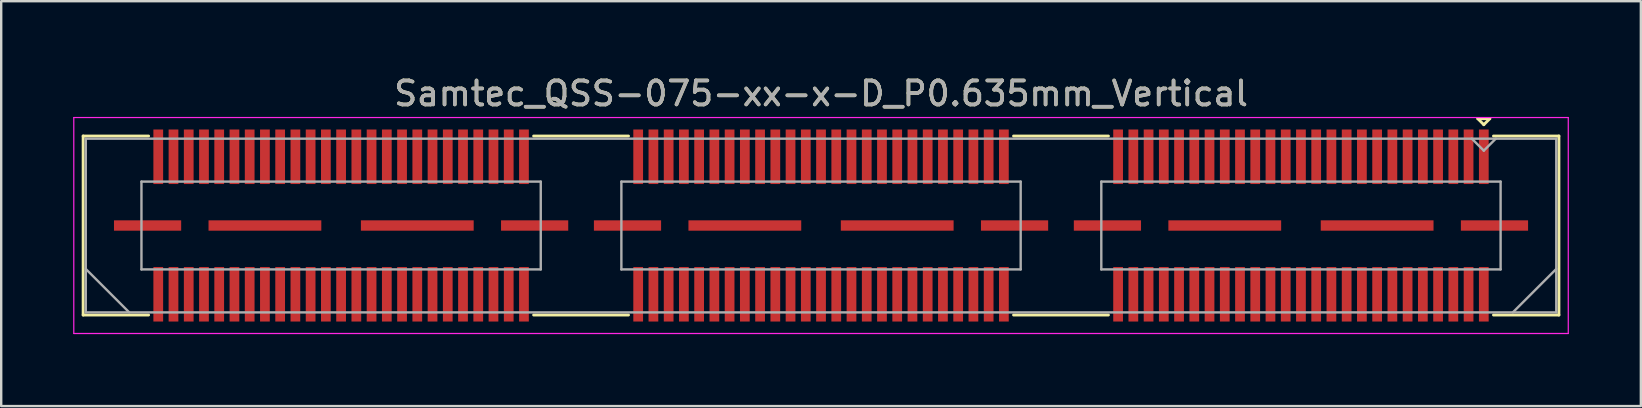
<source format=kicad_pcb>
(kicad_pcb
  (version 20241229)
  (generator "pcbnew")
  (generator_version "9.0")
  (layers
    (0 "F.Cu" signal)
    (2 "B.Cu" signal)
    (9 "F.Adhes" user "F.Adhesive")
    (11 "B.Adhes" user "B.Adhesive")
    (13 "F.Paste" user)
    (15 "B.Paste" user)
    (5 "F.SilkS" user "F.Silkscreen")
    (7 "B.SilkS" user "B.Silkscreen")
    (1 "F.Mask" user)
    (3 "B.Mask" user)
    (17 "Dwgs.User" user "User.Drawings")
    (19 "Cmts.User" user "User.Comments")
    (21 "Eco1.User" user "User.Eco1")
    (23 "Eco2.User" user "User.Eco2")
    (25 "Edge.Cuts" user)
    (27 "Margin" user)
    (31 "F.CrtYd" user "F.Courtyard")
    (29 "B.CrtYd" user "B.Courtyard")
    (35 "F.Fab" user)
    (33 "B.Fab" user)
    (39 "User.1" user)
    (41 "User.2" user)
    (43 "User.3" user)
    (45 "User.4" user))
  (footprint "Samtec_QSS-075-xx-x-D_P0.635mm_Vertical"
    (layer "F.Cu")
    (at 31.165 6.348)
    (property "Reference" "Samtec_QSS-075-xx-x-D_P0.635mm_Vertical" (at 0 -5.5 0) (layer "F.SilkS") (effects (font (size 1 1) (thickness 0.15))))
    (attr smd)
    (fp_line (start -30.75 -3.73) (end -28.023 -3.73) (stroke (width 0.12) (type solid)) (layer "F.SilkS"))
    (fp_line (start -30.75 3.73) (end -30.75 -3.73) (stroke (width 0.12) (type solid)) (layer "F.SilkS"))
    (fp_line (start -28.023 3.73) (end -30.75 3.73) (stroke (width 0.12) (type solid)) (layer "F.SilkS"))
    (fp_line (start -8.023 -3.73) (end -11.977 -3.73) (stroke (width 0.12) (type solid)) (layer "F.SilkS"))
    (fp_line (start -8.023 3.73) (end -11.977 3.73) (stroke (width 0.12) (type solid)) (layer "F.SilkS"))
    (fp_line (start 11.977 -3.73) (end 8.023 -3.73) (stroke (width 0.12) (type solid)) (layer "F.SilkS"))
    (fp_line (start 11.977 3.73) (end 8.023 3.73) (stroke (width 0.12) (type solid)) (layer "F.SilkS"))
    (fp_line (start 27.37 -4.452) (end 27.87 -4.452) (stroke (width 0.12) (type solid)) (layer "F.SilkS"))
    (fp_line (start 27.62 -4.202) (end 27.37 -4.452) (stroke (width 0.12) (type solid)) (layer "F.SilkS"))
    (fp_line (start 27.87 -4.452) (end 27.62 -4.202) (stroke (width 0.12) (type solid)) (layer "F.SilkS"))
    (fp_line (start 28.023 3.73) (end 30.75 3.73) (stroke (width 0.12) (type solid)) (layer "F.SilkS"))
    (fp_line (start 30.75 -3.73) (end 28.023 -3.73) (stroke (width 0.12) (type solid)) (layer "F.SilkS"))
    (fp_line (start 30.75 3.73) (end 30.75 -3.73) (stroke (width 0.12) (type solid)) (layer "F.SilkS"))
    (fp_line (start -31.14 -4.5) (end -31.14 4.5) (stroke (width 0.05) (type solid)) (layer "F.CrtYd"))
    (fp_line (start -31.14 4.5) (end 31.14 4.5) (stroke (width 0.05) (type solid)) (layer "F.CrtYd"))
    (fp_line (start 31.14 -4.5) (end -31.14 -4.5) (stroke (width 0.05) (type solid)) (layer "F.CrtYd"))
    (fp_line (start 31.14 4.5) (end 31.14 -4.5) (stroke (width 0.05) (type solid)) (layer "F.CrtYd"))
    (fp_line (start -30.64 -3.62) (end -30.64 3.62) (stroke (width 0.1) (type solid)) (layer "F.Fab"))
    (fp_line (start -30.64 1.81) (end -28.83 3.62) (stroke (width 0.1) (type solid)) (layer "F.Fab"))
    (fp_line (start -30.64 3.62) (end 30.64 3.62) (stroke (width 0.1) (type solid)) (layer "F.Fab"))
    (fp_line (start -28.32 -1.83) (end -28.32 1.83) (stroke (width 0.1) (type solid)) (layer "F.Fab"))
    (fp_line (start -28.32 1.83) (end -11.68 1.83) (stroke (width 0.1) (type solid)) (layer "F.Fab"))
    (fp_line (start -11.68 -1.83) (end -28.32 -1.83) (stroke (width 0.1) (type solid)) (layer "F.Fab"))
    (fp_line (start -11.68 1.83) (end -11.68 -1.83) (stroke (width 0.1) (type solid)) (layer "F.Fab"))
    (fp_line (start -8.32 -1.83) (end -8.32 1.83) (stroke (width 0.1) (type solid)) (layer "F.Fab"))
    (fp_line (start -8.32 1.83) (end 8.32 1.83) (stroke (width 0.1) (type solid)) (layer "F.Fab"))
    (fp_line (start 8.32 -1.83) (end -8.32 -1.83) (stroke (width 0.1) (type solid)) (layer "F.Fab"))
    (fp_line (start 8.32 1.83) (end 8.32 -1.83) (stroke (width 0.1) (type solid)) (layer "F.Fab"))
    (fp_line (start 11.68 -1.83) (end 11.68 1.83) (stroke (width 0.1) (type solid)) (layer "F.Fab"))
    (fp_line (start 11.68 1.83) (end 28.32 1.83) (stroke (width 0.1) (type solid)) (layer "F.Fab"))
    (fp_line (start 27.62 -3.12) (end 27.12 -3.62) (stroke (width 0.1) (type solid)) (layer "F.Fab"))
    (fp_line (start 28.12 -3.62) (end 27.62 -3.12) (stroke (width 0.1) (type solid)) (layer "F.Fab"))
    (fp_line (start 28.32 -1.83) (end 11.68 -1.83) (stroke (width 0.1) (type solid)) (layer "F.Fab"))
    (fp_line (start 28.32 1.83) (end 28.32 -1.83) (stroke (width 0.1) (type solid)) (layer "F.Fab"))
    (fp_line (start 30.64 -3.62) (end -30.64 -3.62) (stroke (width 0.1) (type solid)) (layer "F.Fab"))
    (fp_line (start 30.64 1.81) (end 28.83 3.62) (stroke (width 0.1) (type solid)) (layer "F.Fab"))
    (fp_line (start 30.64 3.62) (end 30.64 -3.62) (stroke (width 0.1) (type solid)) (layer "F.Fab"))
    (fp_text user "${REFERENCE}" (at 0 -5.5 0) (layer "F.Fab") (effects (font (size 1 1) (thickness 0.15))))
    (pad "1" smd rect (at 27.62 -2.865) (size 0.406 2.273) (layers "F.Cu" "F.Mask" "F.Paste"))
    (pad "2" smd rect (at 27.62 2.865) (size 0.406 2.273) (layers "F.Cu" "F.Mask" "F.Paste"))
    (pad "3" smd rect (at 26.985 -2.865) (size 0.406 2.273) (layers "F.Cu" "F.Mask" "F.Paste"))
    (pad "4" smd rect (at 26.985 2.865) (size 0.406 2.273) (layers "F.Cu" "F.Mask" "F.Paste"))
    (pad "5" smd rect (at 26.35 -2.865) (size 0.406 2.273) (layers "F.Cu" "F.Mask" "F.Paste"))
    (pad "6" smd rect (at 26.35 2.865) (size 0.406 2.273) (layers "F.Cu" "F.Mask" "F.Paste"))
    (pad "7" smd rect (at 25.715 -2.865) (size 0.406 2.273) (layers "F.Cu" "F.Mask" "F.Paste"))
    (pad "8" smd rect (at 25.715 2.865) (size 0.406 2.273) (layers "F.Cu" "F.Mask" "F.Paste"))
    (pad "9" smd rect (at 25.08 -2.865) (size 0.406 2.273) (layers "F.Cu" "F.Mask" "F.Paste"))
    (pad "10" smd rect (at 25.08 2.865) (size 0.406 2.273) (layers "F.Cu" "F.Mask" "F.Paste"))
    (pad "11" smd rect (at 24.445 -2.865) (size 0.406 2.273) (layers "F.Cu" "F.Mask" "F.Paste"))
    (pad "12" smd rect (at 24.445 2.865) (size 0.406 2.273) (layers "F.Cu" "F.Mask" "F.Paste"))
    (pad "13" smd rect (at 23.81 -2.865) (size 0.406 2.273) (layers "F.Cu" "F.Mask" "F.Paste"))
    (pad "14" smd rect (at 23.81 2.865) (size 0.406 2.273) (layers "F.Cu" "F.Mask" "F.Paste"))
    (pad "15" smd rect (at 23.175 -2.865) (size 0.406 2.273) (layers "F.Cu" "F.Mask" "F.Paste"))
    (pad "16" smd rect (at 23.175 2.865) (size 0.406 2.273) (layers "F.Cu" "F.Mask" "F.Paste"))
    (pad "17" smd rect (at 22.54 -2.865) (size 0.406 2.273) (layers "F.Cu" "F.Mask" "F.Paste"))
    (pad "18" smd rect (at 22.54 2.865) (size 0.406 2.273) (layers "F.Cu" "F.Mask" "F.Paste"))
    (pad "19" smd rect (at 21.905 -2.865) (size 0.406 2.273) (layers "F.Cu" "F.Mask" "F.Paste"))
    (pad "20" smd rect (at 21.905 2.865) (size 0.406 2.273) (layers "F.Cu" "F.Mask" "F.Paste"))
    (pad "21" smd rect (at 21.27 -2.865) (size 0.406 2.273) (layers "F.Cu" "F.Mask" "F.Paste"))
    (pad "22" smd rect (at 21.27 2.865) (size 0.406 2.273) (layers "F.Cu" "F.Mask" "F.Paste"))
    (pad "23" smd rect (at 20.635 -2.865) (size 0.406 2.273) (layers "F.Cu" "F.Mask" "F.Paste"))
    (pad "24" smd rect (at 20.635 2.865) (size 0.406 2.273) (layers "F.Cu" "F.Mask" "F.Paste"))
    (pad "25" smd rect (at 20 -2.865) (size 0.406 2.273) (layers "F.Cu" "F.Mask" "F.Paste"))
    (pad "26" smd rect (at 20 2.865) (size 0.406 2.273) (layers "F.Cu" "F.Mask" "F.Paste"))
    (pad "27" smd rect (at 19.365 -2.865) (size 0.406 2.273) (layers "F.Cu" "F.Mask" "F.Paste"))
    (pad "28" smd rect (at 19.365 2.865) (size 0.406 2.273) (layers "F.Cu" "F.Mask" "F.Paste"))
    (pad "29" smd rect (at 18.73 -2.865) (size 0.406 2.273) (layers "F.Cu" "F.Mask" "F.Paste"))
    (pad "30" smd rect (at 18.73 2.865) (size 0.406 2.273) (layers "F.Cu" "F.Mask" "F.Paste"))
    (pad "31" smd rect (at 18.095 -2.865) (size 0.406 2.273) (layers "F.Cu" "F.Mask" "F.Paste"))
    (pad "32" smd rect (at 18.095 2.865) (size 0.406 2.273) (layers "F.Cu" "F.Mask" "F.Paste"))
    (pad "33" smd rect (at 17.46 -2.865) (size 0.406 2.273) (layers "F.Cu" "F.Mask" "F.Paste"))
    (pad "34" smd rect (at 17.46 2.865) (size 0.406 2.273) (layers "F.Cu" "F.Mask" "F.Paste"))
    (pad "35" smd rect (at 16.825 -2.865) (size 0.406 2.273) (layers "F.Cu" "F.Mask" "F.Paste"))
    (pad "36" smd rect (at 16.825 2.865) (size 0.406 2.273) (layers "F.Cu" "F.Mask" "F.Paste"))
    (pad "37" smd rect (at 16.19 -2.865) (size 0.406 2.273) (layers "F.Cu" "F.Mask" "F.Paste"))
    (pad "38" smd rect (at 16.19 2.865) (size 0.406 2.273) (layers "F.Cu" "F.Mask" "F.Paste"))
    (pad "39" smd rect (at 15.555 -2.865) (size 0.406 2.273) (layers "F.Cu" "F.Mask" "F.Paste"))
    (pad "40" smd rect (at 15.555 2.865) (size 0.406 2.273) (layers "F.Cu" "F.Mask" "F.Paste"))
    (pad "41" smd rect (at 14.92 -2.865) (size 0.406 2.273) (layers "F.Cu" "F.Mask" "F.Paste"))
    (pad "42" smd rect (at 14.92 2.865) (size 0.406 2.273) (layers "F.Cu" "F.Mask" "F.Paste"))
    (pad "43" smd rect (at 14.285 -2.865) (size 0.406 2.273) (layers "F.Cu" "F.Mask" "F.Paste"))
    (pad "44" smd rect (at 14.285 2.865) (size 0.406 2.273) (layers "F.Cu" "F.Mask" "F.Paste"))
    (pad "45" smd rect (at 13.65 -2.865) (size 0.406 2.273) (layers "F.Cu" "F.Mask" "F.Paste"))
    (pad "46" smd rect (at 13.65 2.865) (size 0.406 2.273) (layers "F.Cu" "F.Mask" "F.Paste"))
    (pad "47" smd rect (at 13.015 -2.865) (size 0.406 2.273) (layers "F.Cu" "F.Mask" "F.Paste"))
    (pad "48" smd rect (at 13.015 2.865) (size 0.406 2.273) (layers "F.Cu" "F.Mask" "F.Paste"))
    (pad "49" smd rect (at 12.38 -2.865) (size 0.406 2.273) (layers "F.Cu" "F.Mask" "F.Paste"))
    (pad "50" smd rect (at 12.38 2.865) (size 0.406 2.273) (layers "F.Cu" "F.Mask" "F.Paste"))
    (pad "51" smd rect (at 7.62 -2.865) (size 0.406 2.273) (layers "F.Cu" "F.Mask" "F.Paste"))
    (pad "52" smd rect (at 7.62 2.865) (size 0.406 2.273) (layers "F.Cu" "F.Mask" "F.Paste"))
    (pad "53" smd rect (at 6.985 -2.865) (size 0.406 2.273) (layers "F.Cu" "F.Mask" "F.Paste"))
    (pad "54" smd rect (at 6.985 2.865) (size 0.406 2.273) (layers "F.Cu" "F.Mask" "F.Paste"))
    (pad "55" smd rect (at 6.35 -2.865) (size 0.406 2.273) (layers "F.Cu" "F.Mask" "F.Paste"))
    (pad "56" smd rect (at 6.35 2.865) (size 0.406 2.273) (layers "F.Cu" "F.Mask" "F.Paste"))
    (pad "57" smd rect (at 5.715 -2.865) (size 0.406 2.273) (layers "F.Cu" "F.Mask" "F.Paste"))
    (pad "58" smd rect (at 5.715 2.865) (size 0.406 2.273) (layers "F.Cu" "F.Mask" "F.Paste"))
    (pad "59" smd rect (at 5.08 -2.865) (size 0.406 2.273) (layers "F.Cu" "F.Mask" "F.Paste"))
    (pad "60" smd rect (at 5.08 2.865) (size 0.406 2.273) (layers "F.Cu" "F.Mask" "F.Paste"))
    (pad "61" smd rect (at 4.445 -2.865) (size 0.406 2.273) (layers "F.Cu" "F.Mask" "F.Paste"))
    (pad "62" smd rect (at 4.445 2.865) (size 0.406 2.273) (layers "F.Cu" "F.Mask" "F.Paste"))
    (pad "63" smd rect (at 3.81 -2.865) (size 0.406 2.273) (layers "F.Cu" "F.Mask" "F.Paste"))
    (pad "64" smd rect (at 3.81 2.865) (size 0.406 2.273) (layers "F.Cu" "F.Mask" "F.Paste"))
    (pad "65" smd rect (at 3.175 -2.865) (size 0.406 2.273) (layers "F.Cu" "F.Mask" "F.Paste"))
    (pad "66" smd rect (at 3.175 2.865) (size 0.406 2.273) (layers "F.Cu" "F.Mask" "F.Paste"))
    (pad "67" smd rect (at 2.54 -2.865) (size 0.406 2.273) (layers "F.Cu" "F.Mask" "F.Paste"))
    (pad "68" smd rect (at 2.54 2.865) (size 0.406 2.273) (layers "F.Cu" "F.Mask" "F.Paste"))
    (pad "69" smd rect (at 1.905 -2.865) (size 0.406 2.273) (layers "F.Cu" "F.Mask" "F.Paste"))
    (pad "70" smd rect (at 1.905 2.865) (size 0.406 2.273) (layers "F.Cu" "F.Mask" "F.Paste"))
    (pad "71" smd rect (at 1.27 -2.865) (size 0.406 2.273) (layers "F.Cu" "F.Mask" "F.Paste"))
    (pad "72" smd rect (at 1.27 2.865) (size 0.406 2.273) (layers "F.Cu" "F.Mask" "F.Paste"))
    (pad "73" smd rect (at 0.635 -2.865) (size 0.406 2.273) (layers "F.Cu" "F.Mask" "F.Paste"))
    (pad "74" smd rect (at 0.635 2.865) (size 0.406 2.273) (layers "F.Cu" "F.Mask" "F.Paste"))
    (pad "75" smd rect (at 0 -2.865) (size 0.406 2.273) (layers "F.Cu" "F.Mask" "F.Paste"))
    (pad "76" smd rect (at 0 2.865) (size 0.406 2.273) (layers "F.Cu" "F.Mask" "F.Paste"))
    (pad "77" smd rect (at -0.635 -2.865) (size 0.406 2.273) (layers "F.Cu" "F.Mask" "F.Paste"))
    (pad "78" smd rect (at -0.635 2.865) (size 0.406 2.273) (layers "F.Cu" "F.Mask" "F.Paste"))
    (pad "79" smd rect (at -1.27 -2.865) (size 0.406 2.273) (layers "F.Cu" "F.Mask" "F.Paste"))
    (pad "80" smd rect (at -1.27 2.865) (size 0.406 2.273) (layers "F.Cu" "F.Mask" "F.Paste"))
    (pad "81" smd rect (at -1.905 -2.865) (size 0.406 2.273) (layers "F.Cu" "F.Mask" "F.Paste"))
    (pad "82" smd rect (at -1.905 2.865) (size 0.406 2.273) (layers "F.Cu" "F.Mask" "F.Paste"))
    (pad "83" smd rect (at -2.54 -2.865) (size 0.406 2.273) (layers "F.Cu" "F.Mask" "F.Paste"))
    (pad "84" smd rect (at -2.54 2.865) (size 0.406 2.273) (layers "F.Cu" "F.Mask" "F.Paste"))
    (pad "85" smd rect (at -3.175 -2.865) (size 0.406 2.273) (layers "F.Cu" "F.Mask" "F.Paste"))
    (pad "86" smd rect (at -3.175 2.865) (size 0.406 2.273) (layers "F.Cu" "F.Mask" "F.Paste"))
    (pad "87" smd rect (at -3.81 -2.865) (size 0.406 2.273) (layers "F.Cu" "F.Mask" "F.Paste"))
    (pad "88" smd rect (at -3.81 2.865) (size 0.406 2.273) (layers "F.Cu" "F.Mask" "F.Paste"))
    (pad "89" smd rect (at -4.445 -2.865) (size 0.406 2.273) (layers "F.Cu" "F.Mask" "F.Paste"))
    (pad "90" smd rect (at -4.445 2.865) (size 0.406 2.273) (layers "F.Cu" "F.Mask" "F.Paste"))
    (pad "91" smd rect (at -5.08 -2.865) (size 0.406 2.273) (layers "F.Cu" "F.Mask" "F.Paste"))
    (pad "92" smd rect (at -5.08 2.865) (size 0.406 2.273) (layers "F.Cu" "F.Mask" "F.Paste"))
    (pad "93" smd rect (at -5.715 -2.865) (size 0.406 2.273) (layers "F.Cu" "F.Mask" "F.Paste"))
    (pad "94" smd rect (at -5.715 2.865) (size 0.406 2.273) (layers "F.Cu" "F.Mask" "F.Paste"))
    (pad "95" smd rect (at -6.35 -2.865) (size 0.406 2.273) (layers "F.Cu" "F.Mask" "F.Paste"))
    (pad "96" smd rect (at -6.35 2.865) (size 0.406 2.273) (layers "F.Cu" "F.Mask" "F.Paste"))
    (pad "97" smd rect (at -6.985 -2.865) (size 0.406 2.273) (layers "F.Cu" "F.Mask" "F.Paste"))
    (pad "98" smd rect (at -6.985 2.865) (size 0.406 2.273) (layers "F.Cu" "F.Mask" "F.Paste"))
    (pad "99" smd rect (at -7.62 -2.865) (size 0.406 2.273) (layers "F.Cu" "F.Mask" "F.Paste"))
    (pad "100" smd rect (at -7.62 2.865) (size 0.406 2.273) (layers "F.Cu" "F.Mask" "F.Paste"))
    (pad "101" smd rect (at -12.38 -2.865) (size 0.406 2.273) (layers "F.Cu" "F.Mask" "F.Paste"))
    (pad "102" smd rect (at -12.38 2.865) (size 0.406 2.273) (layers "F.Cu" "F.Mask" "F.Paste"))
    (pad "103" smd rect (at -13.015 -2.865) (size 0.406 2.273) (layers "F.Cu" "F.Mask" "F.Paste"))
    (pad "104" smd rect (at -13.015 2.865) (size 0.406 2.273) (layers "F.Cu" "F.Mask" "F.Paste"))
    (pad "105" smd rect (at -13.65 -2.865) (size 0.406 2.273) (layers "F.Cu" "F.Mask" "F.Paste"))
    (pad "106" smd rect (at -13.65 2.865) (size 0.406 2.273) (layers "F.Cu" "F.Mask" "F.Paste"))
    (pad "107" smd rect (at -14.285 -2.865) (size 0.406 2.273) (layers "F.Cu" "F.Mask" "F.Paste"))
    (pad "108" smd rect (at -14.285 2.865) (size 0.406 2.273) (layers "F.Cu" "F.Mask" "F.Paste"))
    (pad "109" smd rect (at -14.92 -2.865) (size 0.406 2.273) (layers "F.Cu" "F.Mask" "F.Paste"))
    (pad "110" smd rect (at -14.92 2.865) (size 0.406 2.273) (layers "F.Cu" "F.Mask" "F.Paste"))
    (pad "111" smd rect (at -15.555 -2.865) (size 0.406 2.273) (layers "F.Cu" "F.Mask" "F.Paste"))
    (pad "112" smd rect (at -15.555 2.865) (size 0.406 2.273) (layers "F.Cu" "F.Mask" "F.Paste"))
    (pad "113" smd rect (at -16.19 -2.865) (size 0.406 2.273) (layers "F.Cu" "F.Mask" "F.Paste"))
    (pad "114" smd rect (at -16.19 2.865) (size 0.406 2.273) (layers "F.Cu" "F.Mask" "F.Paste"))
    (pad "115" smd rect (at -16.825 -2.865) (size 0.406 2.273) (layers "F.Cu" "F.Mask" "F.Paste"))
    (pad "116" smd rect (at -16.825 2.865) (size 0.406 2.273) (layers "F.Cu" "F.Mask" "F.Paste"))
    (pad "117" smd rect (at -17.46 -2.865) (size 0.406 2.273) (layers "F.Cu" "F.Mask" "F.Paste"))
    (pad "118" smd rect (at -17.46 2.865) (size 0.406 2.273) (layers "F.Cu" "F.Mask" "F.Paste"))
    (pad "119" smd rect (at -18.095 -2.865) (size 0.406 2.273) (layers "F.Cu" "F.Mask" "F.Paste"))
    (pad "120" smd rect (at -18.095 2.865) (size 0.406 2.273) (layers "F.Cu" "F.Mask" "F.Paste"))
    (pad "121" smd rect (at -18.73 -2.865) (size 0.406 2.273) (layers "F.Cu" "F.Mask" "F.Paste"))
    (pad "122" smd rect (at -18.73 2.865) (size 0.406 2.273) (layers "F.Cu" "F.Mask" "F.Paste"))
    (pad "123" smd rect (at -19.365 -2.865) (size 0.406 2.273) (layers "F.Cu" "F.Mask" "F.Paste"))
    (pad "124" smd rect (at -19.365 2.865) (size 0.406 2.273) (layers "F.Cu" "F.Mask" "F.Paste"))
    (pad "125" smd rect (at -20 -2.865) (size 0.406 2.273) (layers "F.Cu" "F.Mask" "F.Paste"))
    (pad "126" smd rect (at -20 2.865) (size 0.406 2.273) (layers "F.Cu" "F.Mask" "F.Paste"))
    (pad "127" smd rect (at -20.635 -2.865) (size 0.406 2.273) (layers "F.Cu" "F.Mask" "F.Paste"))
    (pad "128" smd rect (at -20.635 2.865) (size 0.406 2.273) (layers "F.Cu" "F.Mask" "F.Paste"))
    (pad "129" smd rect (at -21.27 -2.865) (size 0.406 2.273) (layers "F.Cu" "F.Mask" "F.Paste"))
    (pad "130" smd rect (at -21.27 2.865) (size 0.406 2.273) (layers "F.Cu" "F.Mask" "F.Paste"))
    (pad "131" smd rect (at -21.905 -2.865) (size 0.406 2.273) (layers "F.Cu" "F.Mask" "F.Paste"))
    (pad "132" smd rect (at -21.905 2.865) (size 0.406 2.273) (layers "F.Cu" "F.Mask" "F.Paste"))
    (pad "133" smd rect (at -22.54 -2.865) (size 0.406 2.273) (layers "F.Cu" "F.Mask" "F.Paste"))
    (pad "134" smd rect (at -22.54 2.865) (size 0.406 2.273) (layers "F.Cu" "F.Mask" "F.Paste"))
    (pad "135" smd rect (at -23.175 -2.865) (size 0.406 2.273) (layers "F.Cu" "F.Mask" "F.Paste"))
    (pad "136" smd rect (at -23.175 2.865) (size 0.406 2.273) (layers "F.Cu" "F.Mask" "F.Paste"))
    (pad "137" smd rect (at -23.81 -2.865) (size 0.406 2.273) (layers "F.Cu" "F.Mask" "F.Paste"))
    (pad "138" smd rect (at -23.81 2.865) (size 0.406 2.273) (layers "F.Cu" "F.Mask" "F.Paste"))
    (pad "139" smd rect (at -24.445 -2.865) (size 0.406 2.273) (layers "F.Cu" "F.Mask" "F.Paste"))
    (pad "140" smd rect (at -24.445 2.865) (size 0.406 2.273) (layers "F.Cu" "F.Mask" "F.Paste"))
    (pad "141" smd rect (at -25.08 -2.865) (size 0.406 2.273) (layers "F.Cu" "F.Mask" "F.Paste"))
    (pad "142" smd rect (at -25.08 2.865) (size 0.406 2.273) (layers "F.Cu" "F.Mask" "F.Paste"))
    (pad "143" smd rect (at -25.715 -2.865) (size 0.406 2.273) (layers "F.Cu" "F.Mask" "F.Paste"))
    (pad "144" smd rect (at -25.715 2.865) (size 0.406 2.273) (layers "F.Cu" "F.Mask" "F.Paste"))
    (pad "145" smd rect (at -26.35 -2.865) (size 0.406 2.273) (layers "F.Cu" "F.Mask" "F.Paste"))
    (pad "146" smd rect (at -26.35 2.865) (size 0.406 2.273) (layers "F.Cu" "F.Mask" "F.Paste"))
    (pad "147" smd rect (at -26.985 -2.865) (size 0.406 2.273) (layers "F.Cu" "F.Mask" "F.Paste"))
    (pad "148" smd rect (at -26.985 2.865) (size 0.406 2.273) (layers "F.Cu" "F.Mask" "F.Paste"))
    (pad "149" smd rect (at -27.62 -2.865) (size 0.406 2.273) (layers "F.Cu" "F.Mask" "F.Paste"))
    (pad "150" smd rect (at -27.62 2.865) (size 0.406 2.273) (layers "F.Cu" "F.Mask" "F.Paste"))
    (pad "P1" smd rect (at 11.935 0) (size 2.8 0.432) (layers "F.Cu" "F.Mask" "F.Paste"))
    (pad "P1" smd rect (at 16.825 0) (size 4.7 0.432) (layers "F.Cu" "F.Mask" "F.Paste"))
    (pad "P1" smd rect (at 23.175 0) (size 4.7 0.432) (layers "F.Cu" "F.Mask" "F.Paste"))
    (pad "P1" smd rect (at 28.065 0) (size 2.8 0.432) (layers "F.Cu" "F.Mask" "F.Paste"))
    (pad "P2" smd rect (at -8.065 0) (size 2.8 0.432) (layers "F.Cu" "F.Mask" "F.Paste"))
    (pad "P2" smd rect (at -3.175 0) (size 4.7 0.432) (layers "F.Cu" "F.Mask" "F.Paste"))
    (pad "P2" smd rect (at 3.175 0) (size 4.7 0.432) (layers "F.Cu" "F.Mask" "F.Paste"))
    (pad "P2" smd rect (at 8.065 0) (size 2.8 0.432) (layers "F.Cu" "F.Mask" "F.Paste"))
    (pad "P3" smd rect (at -28.065 0) (size 2.8 0.432) (layers "F.Cu" "F.Mask" "F.Paste"))
    (pad "P3" smd rect (at -23.175 0) (size 4.7 0.432) (layers "F.Cu" "F.Mask" "F.Paste"))
    (pad "P3" smd rect (at -16.825 0) (size 4.7 0.432) (layers "F.Cu" "F.Mask" "F.Paste"))
    (pad "P3" smd rect (at -11.935 0) (size 2.8 0.432) (layers "F.Cu" "F.Mask" "F.Paste")))
  (gr_rect
    (start -3 -3)
    (end 65.33 13.873)
    (stroke (width 0.1) (type default))
    (fill no)
    (layer "Edge.Cuts")))
</source>
